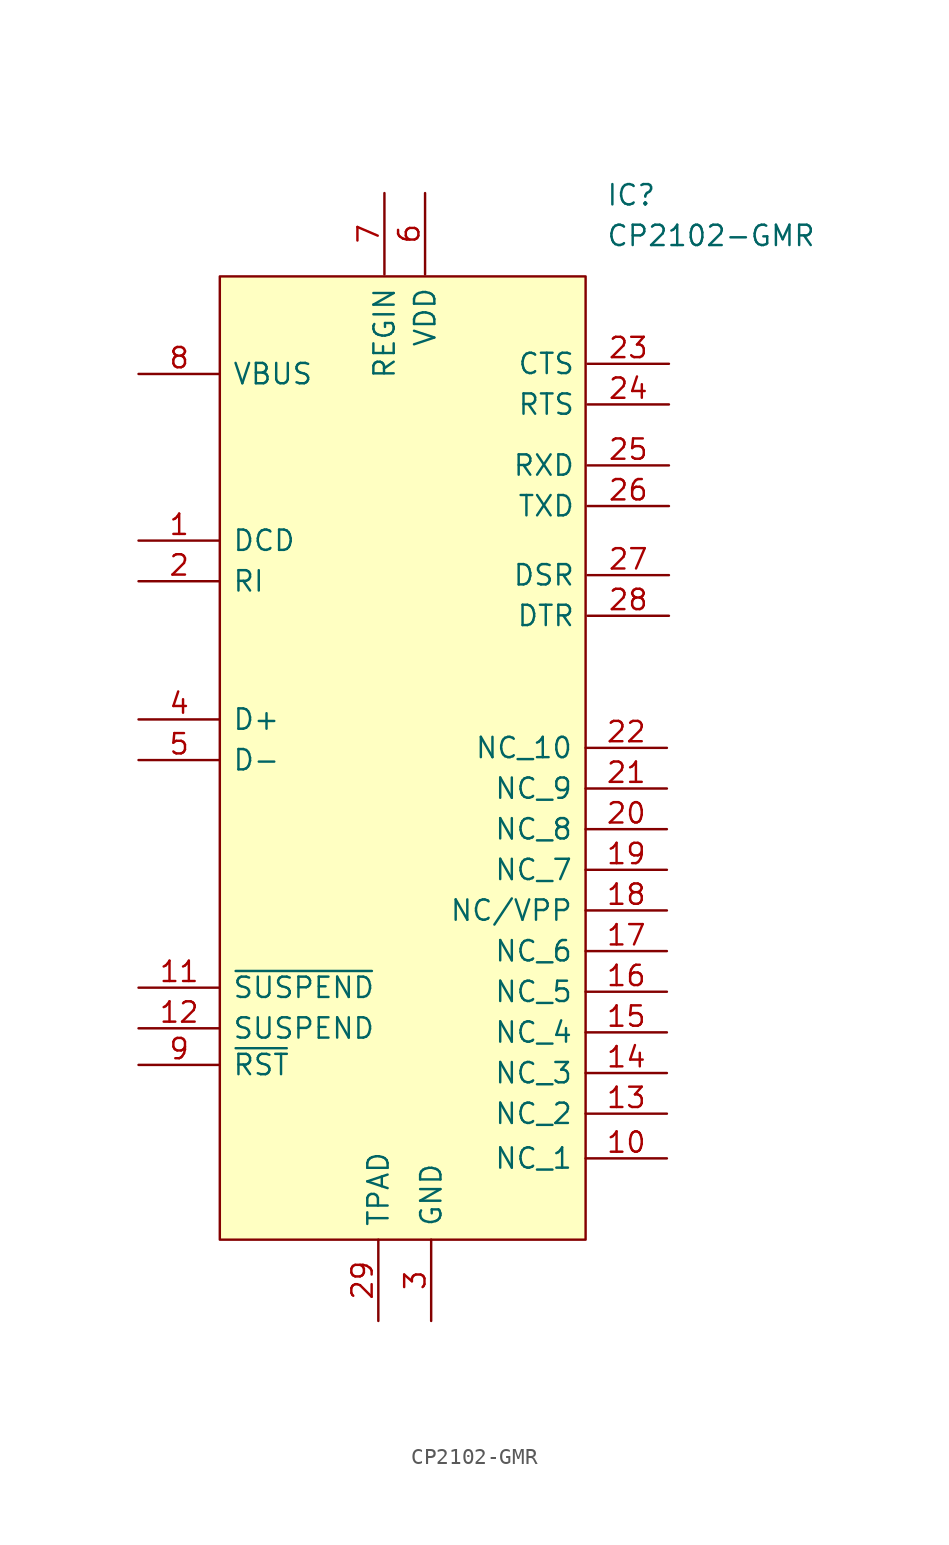
<source format=kicad_sym>
(kicad_symbol_lib
  (version 20211014)
  (generator kicad_symbol_editor)
  (symbol "CP2102-GMR"
    (pin_names
      (offset 0.762))
    (property "Reference" "IC"
      (at 12.7 33.782 0)
      (effects (font (size 1.27 1.27)) (justify left)))
    (property "Value" "CP2102-GMR"
      (at 12.7 31.242 0)
      (effects (font (size 1.27 1.27)) (justify left)))
    (symbol "CP2102-GMR_0_0"
      (pin passive line (at -16.51 12.192 0) (length 5.08) (name "DCD" (effects (font (size 1.27 1.27)))) (number "1" (effects (font (size 1.27 1.27)))))
      (pin passive line (at 16.51 -26.416 180) (length 5.08) (name "NC_1" (effects (font (size 1.27 1.27)))) (number "10" (effects (font (size 1.27 1.27)))))
      (pin passive line (at -16.51 -15.748 0) (length 5.08) (name "~{SUSPEND}" (effects (font (size 1.27 1.27)))) (number "11" (effects (font (size 1.27 1.27)))))
      (pin passive line (at -16.51 -18.288 0) (length 5.08) (name "SUSPEND" (effects (font (size 1.27 1.27)))) (number "12" (effects (font (size 1.27 1.27)))))
      (pin passive line (at 16.51 -23.622 180) (length 5.08) (name "NC_2" (effects (font (size 1.27 1.27)))) (number "13" (effects (font (size 1.27 1.27)))))
      (pin passive line (at 16.51 -21.082 180) (length 5.08) (name "NC_3" (effects (font (size 1.27 1.27)))) (number "14" (effects (font (size 1.27 1.27)))))
      (pin passive line (at 16.51 -18.542 180) (length 5.08) (name "NC_4" (effects (font (size 1.27 1.27)))) (number "15" (effects (font (size 1.27 1.27)))))
      (pin passive line (at 16.51 -16.002 180) (length 5.08) (name "NC_5" (effects (font (size 1.27 1.27)))) (number "16" (effects (font (size 1.27 1.27)))))
      (pin passive line (at 16.51 -13.462 180) (length 5.08) (name "NC_6" (effects (font (size 1.27 1.27)))) (number "17" (effects (font (size 1.27 1.27)))))
      (pin passive line (at 16.51 -10.922 180) (length 5.08) (name "NC/VPP" (effects (font (size 1.27 1.27)))) (number "18" (effects (font (size 1.27 1.27)))))
      (pin passive line (at 16.51 -8.382 180) (length 5.08) (name "NC_7" (effects (font (size 1.27 1.27)))) (number "19" (effects (font (size 1.27 1.27)))))
      (pin passive line (at -16.51 9.652 0) (length 5.08) (name "RI" (effects (font (size 1.27 1.27)))) (number "2" (effects (font (size 1.27 1.27)))))
      (pin passive line (at 16.51 -5.842 180) (length 5.08) (name "NC_8" (effects (font (size 1.27 1.27)))) (number "20" (effects (font (size 1.27 1.27)))))
      (pin passive line (at 16.51 -3.302 180) (length 5.08) (name "NC_9" (effects (font (size 1.27 1.27)))) (number "21" (effects (font (size 1.27 1.27)))))
      (pin passive line (at 16.51 -0.762 180) (length 5.08) (name "NC_10" (effects (font (size 1.27 1.27)))) (number "22" (effects (font (size 1.27 1.27)))))
      (pin passive line (at 16.637 23.241 180) (length 5.08) (name "CTS" (effects (font (size 1.27 1.27)))) (number "23" (effects (font (size 1.27 1.27)))))
      (pin passive line (at 16.637 20.701 180) (length 5.08) (name "RTS" (effects (font (size 1.27 1.27)))) (number "24" (effects (font (size 1.27 1.27)))))
      (pin passive line (at 16.637 16.891 180) (length 5.08) (name "RXD" (effects (font (size 1.27 1.27)))) (number "25" (effects (font (size 1.27 1.27)))))
      (pin passive line (at 16.637 14.351 180) (length 5.08) (name "TXD" (effects (font (size 1.27 1.27)))) (number "26" (effects (font (size 1.27 1.27)))))
      (pin passive line (at 16.637 10.033 180) (length 5.08) (name "DSR" (effects (font (size 1.27 1.27)))) (number "27" (effects (font (size 1.27 1.27)))))
      (pin passive line (at 16.637 7.493 180) (length 5.08) (name "DTR" (effects (font (size 1.27 1.27)))) (number "28" (effects (font (size 1.27 1.27)))))
      (pin passive line (at -1.524 -36.576 90) (length 5.08) (name "TPAD" (effects (font (size 1.27 1.27)))) (number "29" (effects (font (size 1.27 1.27)))))
      (pin passive line (at 1.778 -36.576 90) (length 5.08) (name "GND" (effects (font (size 1.27 1.27)))) (number "3" (effects (font (size 1.27 1.27)))))
      (pin passive line (at -16.51 1.016 0) (length 5.08) (name "D+" (effects (font (size 1.27 1.27)))) (number "4" (effects (font (size 1.27 1.27)))))
      (pin passive line (at -16.51 -1.524 0) (length 5.08) (name "D-" (effects (font (size 1.27 1.27)))) (number "5" (effects (font (size 1.27 1.27)))))
      (pin passive line (at 1.397 33.909 270) (length 5.08) (name "VDD" (effects (font (size 1.27 1.27)))) (number "6" (effects (font (size 1.27 1.27)))))
      (pin passive line (at -1.143 33.909 270) (length 5.08) (name "REGIN" (effects (font (size 1.27 1.27)))) (number "7" (effects (font (size 1.27 1.27)))))
      (pin passive line (at -16.51 22.606 0) (length 5.08) (name "VBUS" (effects (font (size 1.27 1.27)))) (number "8" (effects (font (size 1.27 1.27)))))
      (pin passive line (at -16.51 -20.574 0) (length 5.08) (name "~{RST}" (effects (font (size 1.27 1.27)))) (number "9" (effects (font (size 1.27 1.27))))))
    (symbol "CP2102-GMR_0_1"
      (polyline (pts (xy -11.43 28.702) (xy 11.43 28.702) (xy 11.43 -31.496) (xy -11.43 -31.496) (xy -11.43 28.702)) (stroke (width 0.152) (type default) (color 0 0 0 0)) (fill (type background))))))
</source>
